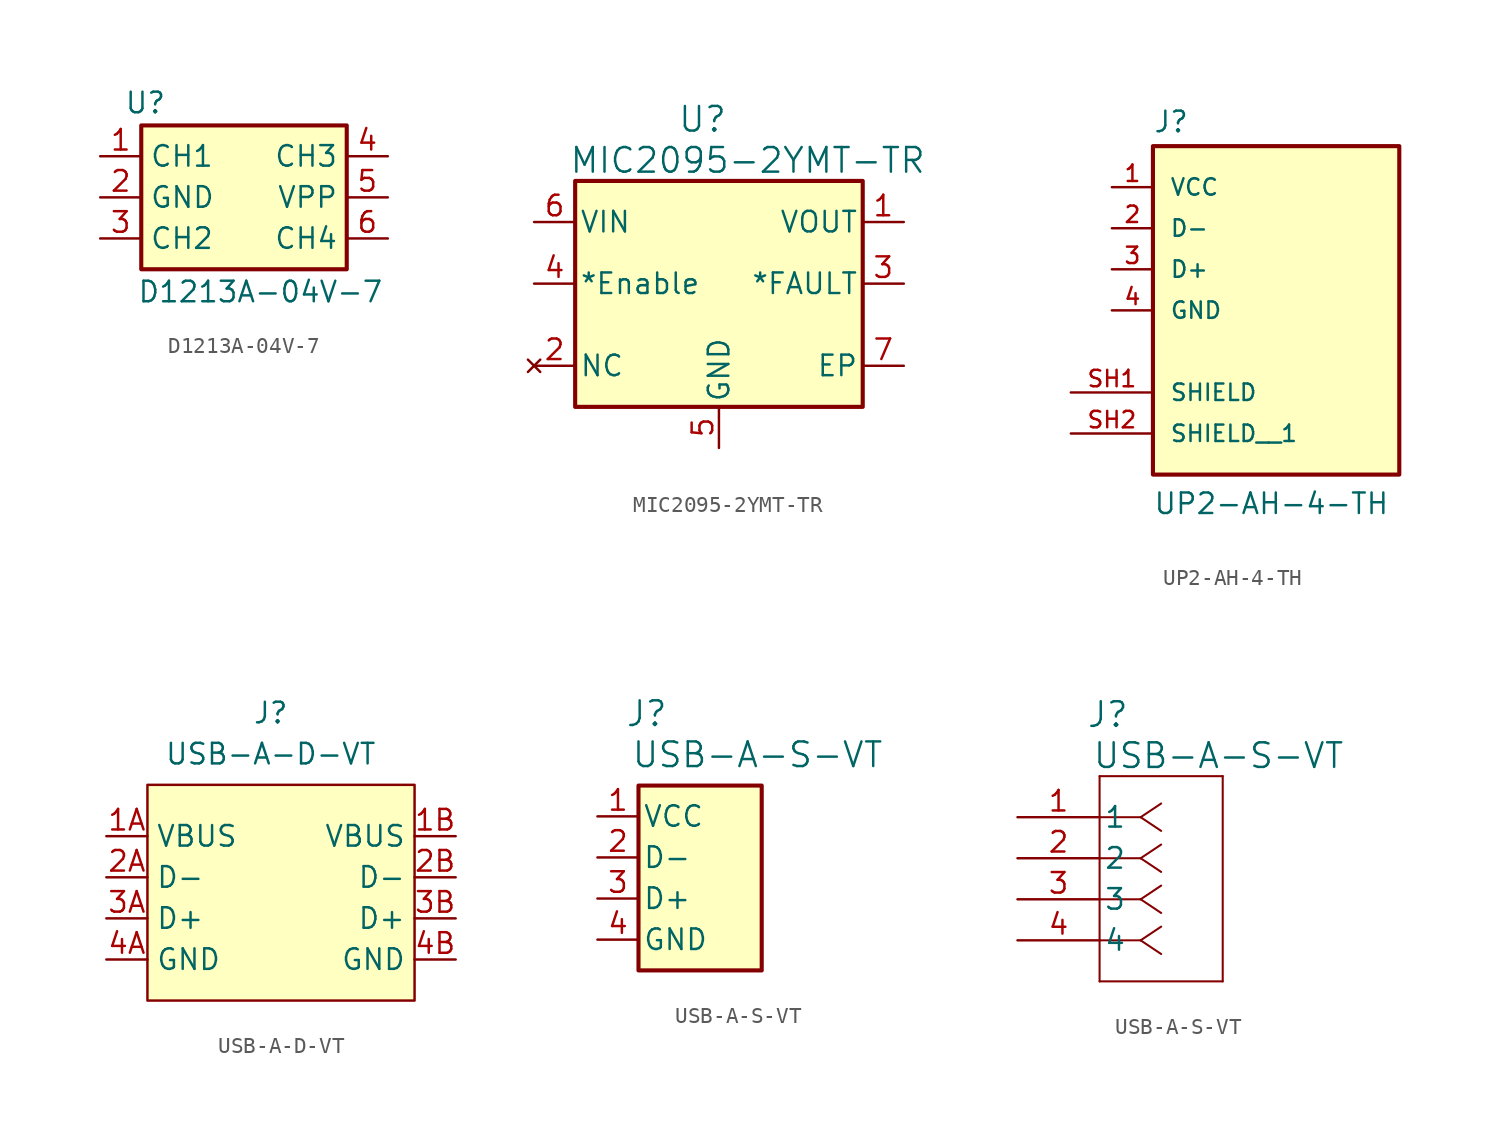
<source format=kicad_sym>
(kicad_symbol_lib
  (version 20231120)
  (generator "kicad_symbol_editor")
  (generator_version "8.0")
  (symbol "D1213A-04V-7"
    (property "Reference" "U"
      (at -6.096 5.842 0)
      (effects (font (size 1.27 1.27))))
    (property "Value" "D1213A-04V-7"
      (at 1.016 -5.842 0)
      (effects (font (size 1.27 1.27))))
    (symbol "D1213A-04V-7_1_1"
      (rectangle (start -6.35 4.445) (end 6.35 -4.445) (stroke (width 0.254) (type default)) (fill (type background)))
      (pin passive line (at -8.89 2.54 0) (length 2.54) (name "CH1" (effects (font (size 1.27 1.27)))) (number "1" (effects (font (size 1.27 1.27)))))
      (pin passive line (at -8.89 0 0) (length 2.54) (name "GND" (effects (font (size 1.27 1.27)))) (number "2" (effects (font (size 1.27 1.27)))))
      (pin passive line (at -8.89 -2.54 0) (length 2.54) (name "CH2" (effects (font (size 1.27 1.27)))) (number "3" (effects (font (size 1.27 1.27)))))
      (pin passive line (at 8.89 2.54 180) (length 2.54) (name "CH3" (effects (font (size 1.27 1.27)))) (number "4" (effects (font (size 1.27 1.27)))))
      (pin passive line (at 8.89 0 180) (length 2.54) (name "VPP" (effects (font (size 1.27 1.27)))) (number "5" (effects (font (size 1.27 1.27)))))
      (pin passive line (at 8.89 -2.54 180) (length 2.54) (name "CH4" (effects (font (size 1.27 1.27)))) (number "6" (effects (font (size 1.27 1.27)))))))
  (symbol "MIC2095-2YMT-TR"
    (pin_names
      (offset 0.254))
    (property "Reference" "U"
      (at -1.016 10.16 0)
      (effects (font (size 1.524 1.524))))
    (property "Value" "MIC2095-2YMT-TR"
      (at 1.778 7.62 0)
      (effects (font (size 1.524 1.524))))
    (property "ki_locked" ""
      (at 0 0 0)
      (effects (font (size 1.27 1.27))))
    (symbol "MIC2095-2YMT-TR_1_1"
      (rectangle (start -8.89 6.35) (end 8.89 -7.62) (stroke (width 0.254) (type default)) (fill (type background)))
      (pin output line (at 11.43 3.81 180) (length 2.54) (name "VOUT" (effects (font (size 1.27 1.27)))) (number "1" (effects (font (size 1.27 1.27)))))
      (pin no_connect line (at -11.43 -5.08 0) (length 2.54) (name "NC" (effects (font (size 1.27 1.27)))) (number "2" (effects (font (size 1.27 1.27)))))
      (pin output line (at 11.43 0 180) (length 2.54) (name "*FAULT" (effects (font (size 1.27 1.27)))) (number "3" (effects (font (size 1.27 1.27)))))
      (pin input line (at -11.43 0 0) (length 2.54) (name "*Enable" (effects (font (size 1.27 1.27)))) (number "4" (effects (font (size 1.27 1.27)))))
      (pin power_in line (at 0 -10.16 90) (length 2.54) (name "GND" (effects (font (size 1.27 1.27)))) (number "5" (effects (font (size 1.27 1.27)))))
      (pin input line (at -11.43 3.81 0) (length 2.54) (name "VIN" (effects (font (size 1.27 1.27)))) (number "6" (effects (font (size 1.27 1.27)))))
      (pin unspecified line (at 11.43 -5.08 180) (length 2.54) (name "EP" (effects (font (size 1.27 1.27)))) (number "7" (effects (font (size 1.27 1.27)))))))
  (symbol "UP2-AH-4-TH"
    (pin_names
      (offset 1.016))
    (property "Reference" "J"
      (at -7.62 8.382 0)
      (effects (font (size 1.27 1.27)) (justify left bottom)))
    (property "Value" "UP2-AH-4-TH"
      (at -7.62 -15.24 0)
      (effects (font (size 1.27 1.27)) (justify left bottom)))
    (symbol "UP2-AH-4-TH_0_0"
      (rectangle (start -7.62 -12.7) (end 7.62 7.62) (stroke (width 0.254) (type default)) (fill (type background)))
      (pin power_in line (at -10.16 5.08 0) (length 2.54) (name "VCC" (effects (font (size 1.016 1.016)))) (number "1" (effects (font (size 1.016 1.016)))))
      (pin bidirectional line (at -10.16 2.54 0) (length 2.54) (name "D-" (effects (font (size 1.016 1.016)))) (number "2" (effects (font (size 1.016 1.016)))))
      (pin bidirectional line (at -10.16 0 0) (length 2.54) (name "D+" (effects (font (size 1.016 1.016)))) (number "3" (effects (font (size 1.016 1.016)))))
      (pin power_in line (at -10.16 -2.54 0) (length 2.54) (name "GND" (effects (font (size 1.016 1.016)))) (number "4" (effects (font (size 1.016 1.016)))))
      (pin passive line (at -12.7 -7.62 0) (length 5.08) (name "SHIELD" (effects (font (size 1.016 1.016)))) (number "SH1" (effects (font (size 1.016 1.016)))))
      (pin passive line (at -12.7 -10.16 0) (length 5.08) (name "SHIELD__1" (effects (font (size 1.016 1.016)))) (number "SH2" (effects (font (size 1.016 1.016)))))))
  (symbol "USB-A-D-VT"
    (property "Reference" "J"
      (at 0 10.16 0)
      (effects (font (size 1.27 1.27))))
    (property "Value" "USB-A-D-VT"
      (at 0 7.62 0)
      (effects (font (size 1.27 1.27))))
    (symbol "USB-A-D-VT_1_1"
      (rectangle (start -7.62 5.715) (end 8.89 -7.62) (stroke (width 0) (type default)) (fill (type background)))
      (pin power_in line (at -10.16 2.54 0) (length 2.54) (name "VBUS" (effects (font (size 1.27 1.27)))) (number "1A" (effects (font (size 1.27 1.27)))))
      (pin power_in line (at 11.43 2.54 180) (length 2.54) (name "VBUS" (effects (font (size 1.27 1.27)))) (number "1B" (effects (font (size 1.27 1.27)))))
      (pin bidirectional line (at -10.16 0 0) (length 2.54) (name "D-" (effects (font (size 1.27 1.27)))) (number "2A" (effects (font (size 1.27 1.27)))))
      (pin bidirectional line (at 11.43 0 180) (length 2.54) (name "D-" (effects (font (size 1.27 1.27)))) (number "2B" (effects (font (size 1.27 1.27)))))
      (pin bidirectional line (at -10.16 -2.54 0) (length 2.54) (name "D+" (effects (font (size 1.27 1.27)))) (number "3A" (effects (font (size 1.27 1.27)))))
      (pin bidirectional line (at 11.43 -2.54 180) (length 2.54) (name "D+" (effects (font (size 1.27 1.27)))) (number "3B" (effects (font (size 1.27 1.27)))))
      (pin power_in line (at -10.16 -5.08 0) (length 2.54) (name "GND" (effects (font (size 1.27 1.27)))) (number "4A" (effects (font (size 1.27 1.27)))))
      (pin power_in line (at 11.43 -5.08 180) (length 2.54) (name "GND" (effects (font (size 1.27 1.27)))) (number "4B" (effects (font (size 1.27 1.27)))))))
  (symbol "USB-A-S-VT"
    (pin_names
      (offset 0.254))
    (property "Reference" "J"
      (at 5.588 6.35 0)
      (effects (font (size 1.524 1.524))))
    (property "Value" "USB-A-S-VT"
      (at 12.446 3.81 0)
      (effects (font (size 1.524 1.524))))
    (symbol "USB-A-S-VT_1_1"
      (rectangle (start 5.08 1.905) (end 12.7 -9.525) (stroke (width 0.254) (type default)) (fill (type background)))
      (pin power_in line (at 2.54 0 0) (length 2.54) (name "VCC" (effects (font (size 1.27 1.27)))) (number "1" (effects (font (size 1.27 1.27)))))
      (pin bidirectional line (at 2.54 -2.54 0) (length 2.54) (name "D-" (effects (font (size 1.27 1.27)))) (number "2" (effects (font (size 1.27 1.27)))))
      (pin bidirectional line (at 2.54 -5.08 0) (length 2.54) (name "D+" (effects (font (size 1.27 1.27)))) (number "3" (effects (font (size 1.27 1.27)))))
      (pin power_in line (at 2.54 -7.62 0) (length 2.54) (name "GND" (effects (font (size 1.27 1.27)))) (number "4" (effects (font (size 1.27 1.27))))))
    (symbol "USB-A-S-VT_1_2"
      (polyline (pts (xy 5.08 -10.16) (xy 12.7 -10.16)) (stroke (width 0.127) (type default)) (fill (type none)))
      (polyline (pts (xy 5.08 2.54) (xy 5.08 -10.16)) (stroke (width 0.127) (type default)) (fill (type none)))
      (polyline (pts (xy 7.62 -7.62) (xy 5.08 -7.62)) (stroke (width 0.127) (type default)) (fill (type none)))
      (polyline (pts (xy 7.62 -7.62) (xy 8.89 -8.467)) (stroke (width 0.127) (type default)) (fill (type none)))
      (polyline (pts (xy 7.62 -7.62) (xy 8.89 -6.773)) (stroke (width 0.127) (type default)) (fill (type none)))
      (polyline (pts (xy 7.62 -5.08) (xy 5.08 -5.08)) (stroke (width 0.127) (type default)) (fill (type none)))
      (polyline (pts (xy 7.62 -5.08) (xy 8.89 -5.927)) (stroke (width 0.127) (type default)) (fill (type none)))
      (polyline (pts (xy 7.62 -5.08) (xy 8.89 -4.233)) (stroke (width 0.127) (type default)) (fill (type none)))
      (polyline (pts (xy 7.62 -2.54) (xy 5.08 -2.54)) (stroke (width 0.127) (type default)) (fill (type none)))
      (polyline (pts (xy 7.62 -2.54) (xy 8.89 -3.387)) (stroke (width 0.127) (type default)) (fill (type none)))
      (polyline (pts (xy 7.62 -2.54) (xy 8.89 -1.693)) (stroke (width 0.127) (type default)) (fill (type none)))
      (polyline (pts (xy 7.62 0) (xy 5.08 0)) (stroke (width 0.127) (type default)) (fill (type none)))
      (polyline (pts (xy 7.62 0) (xy 8.89 -0.847)) (stroke (width 0.127) (type default)) (fill (type none)))
      (polyline (pts (xy 7.62 0) (xy 8.89 0.847)) (stroke (width 0.127) (type default)) (fill (type none)))
      (polyline (pts (xy 12.7 -10.16) (xy 12.7 2.54)) (stroke (width 0.127) (type default)) (fill (type none)))
      (polyline (pts (xy 12.7 2.54) (xy 5.08 2.54)) (stroke (width 0.127) (type default)) (fill (type none)))
      (pin unspecified line (at 0 0 0) (length 5.08) (name "1" (effects (font (size 1.27 1.27)))) (number "1" (effects (font (size 1.27 1.27)))))
      (pin unspecified line (at 0 -2.54 0) (length 5.08) (name "2" (effects (font (size 1.27 1.27)))) (number "2" (effects (font (size 1.27 1.27)))))
      (pin unspecified line (at 0 -5.08 0) (length 5.08) (name "3" (effects (font (size 1.27 1.27)))) (number "3" (effects (font (size 1.27 1.27)))))
      (pin unspecified line (at 0 -7.62 0) (length 5.08) (name "4" (effects (font (size 1.27 1.27)))) (number "4" (effects (font (size 1.27 1.27))))))))
</source>
